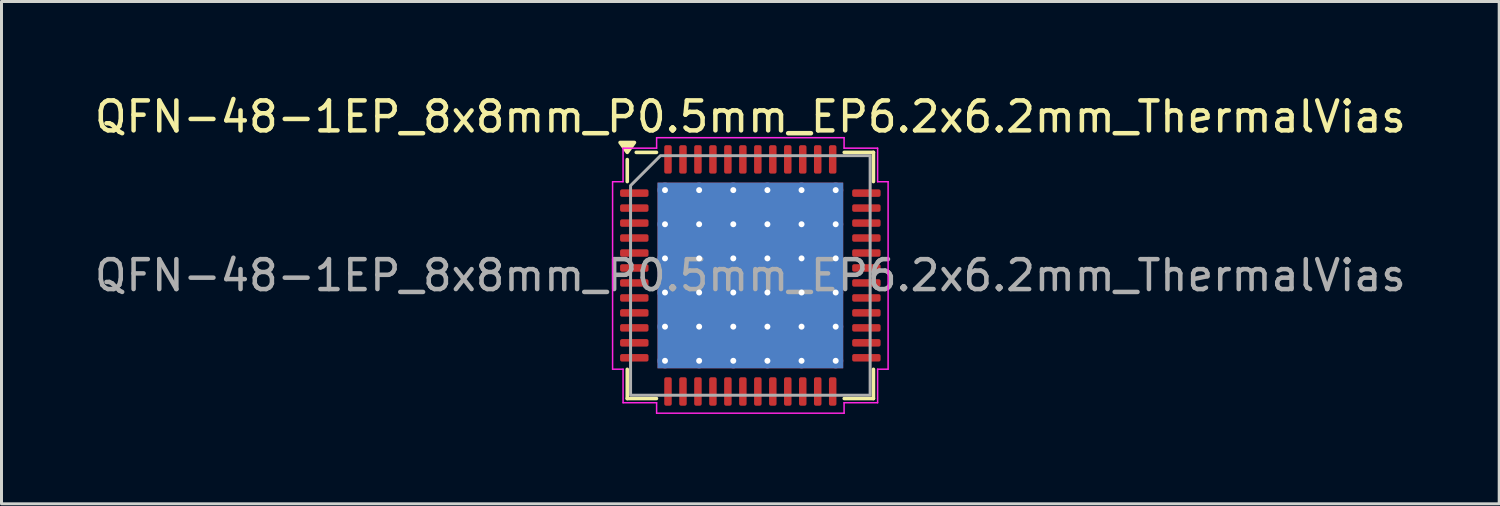
<source format=kicad_pcb>
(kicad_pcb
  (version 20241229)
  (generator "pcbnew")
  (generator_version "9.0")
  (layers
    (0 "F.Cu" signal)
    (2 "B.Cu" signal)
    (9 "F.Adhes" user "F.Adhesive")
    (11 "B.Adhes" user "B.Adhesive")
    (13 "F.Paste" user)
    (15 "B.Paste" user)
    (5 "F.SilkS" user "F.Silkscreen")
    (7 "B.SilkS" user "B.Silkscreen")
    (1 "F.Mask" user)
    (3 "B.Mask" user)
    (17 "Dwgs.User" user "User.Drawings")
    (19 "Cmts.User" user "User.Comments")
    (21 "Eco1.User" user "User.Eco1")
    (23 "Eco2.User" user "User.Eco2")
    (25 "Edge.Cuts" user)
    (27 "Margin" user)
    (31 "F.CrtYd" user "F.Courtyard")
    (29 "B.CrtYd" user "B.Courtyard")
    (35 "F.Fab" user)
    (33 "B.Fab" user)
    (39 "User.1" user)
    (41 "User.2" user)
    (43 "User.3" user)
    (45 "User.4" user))
  (footprint "QFN-48-1EP_8x8mm_P0.5mm_EP6.2x6.2mm_ThermalVias"
    (layer "F.Cu")
    (at 22.006 6.148)
    (property "Reference" "QFN-48-1EP_8x8mm_P0.5mm_EP6.2x6.2mm_ThermalVias" (at 0 -5.3 0) (layer "F.SilkS") (effects (font (size 1 1) (thickness 0.15))))
    (attr smd)
    (fp_line (start -4.11 -3.135) (end -4.11 -3.87) (stroke (width 0.12) (type solid)) (layer "F.SilkS"))
    (fp_line (start -4.11 4.11) (end -4.11 3.135) (stroke (width 0.12) (type solid)) (layer "F.SilkS"))
    (fp_line (start -3.135 -4.11) (end -3.81 -4.11) (stroke (width 0.12) (type solid)) (layer "F.SilkS"))
    (fp_line (start -3.135 4.11) (end -4.11 4.11) (stroke (width 0.12) (type solid)) (layer "F.SilkS"))
    (fp_line (start 3.135 -4.11) (end 4.11 -4.11) (stroke (width 0.12) (type solid)) (layer "F.SilkS"))
    (fp_line (start 3.135 4.11) (end 4.11 4.11) (stroke (width 0.12) (type solid)) (layer "F.SilkS"))
    (fp_line (start 4.11 -4.11) (end 4.11 -3.135) (stroke (width 0.12) (type solid)) (layer "F.SilkS"))
    (fp_line (start 4.11 4.11) (end 4.11 3.135) (stroke (width 0.12) (type solid)) (layer "F.SilkS"))
    (fp_poly (pts (xy -4.11 -4.11) (xy -4.35 -4.44) (xy -3.87 -4.44)) (stroke (width 0.12) (type solid)) (fill yes) (layer "F.SilkS"))
    (fp_line (start -4.6 -3.13) (end -4.25 -3.13) (stroke (width 0.05) (type solid)) (layer "F.CrtYd"))
    (fp_line (start -4.6 3.13) (end -4.6 -3.13) (stroke (width 0.05) (type solid)) (layer "F.CrtYd"))
    (fp_line (start -4.25 -4.25) (end -3.13 -4.25) (stroke (width 0.05) (type solid)) (layer "F.CrtYd"))
    (fp_line (start -4.25 -3.13) (end -4.25 -4.25) (stroke (width 0.05) (type solid)) (layer "F.CrtYd"))
    (fp_line (start -4.25 3.13) (end -4.6 3.13) (stroke (width 0.05) (type solid)) (layer "F.CrtYd"))
    (fp_line (start -4.25 4.25) (end -4.25 3.13) (stroke (width 0.05) (type solid)) (layer "F.CrtYd"))
    (fp_line (start -3.13 -4.6) (end 3.13 -4.6) (stroke (width 0.05) (type solid)) (layer "F.CrtYd"))
    (fp_line (start -3.13 -4.25) (end -3.13 -4.6) (stroke (width 0.05) (type solid)) (layer "F.CrtYd"))
    (fp_line (start -3.13 4.25) (end -4.25 4.25) (stroke (width 0.05) (type solid)) (layer "F.CrtYd"))
    (fp_line (start -3.13 4.6) (end -3.13 4.25) (stroke (width 0.05) (type solid)) (layer "F.CrtYd"))
    (fp_line (start 3.13 -4.6) (end 3.13 -4.25) (stroke (width 0.05) (type solid)) (layer "F.CrtYd"))
    (fp_line (start 3.13 -4.25) (end 4.25 -4.25) (stroke (width 0.05) (type solid)) (layer "F.CrtYd"))
    (fp_line (start 3.13 4.25) (end 3.13 4.6) (stroke (width 0.05) (type solid)) (layer "F.CrtYd"))
    (fp_line (start 3.13 4.6) (end -3.13 4.6) (stroke (width 0.05) (type solid)) (layer "F.CrtYd"))
    (fp_line (start 4.25 -4.25) (end 4.25 -3.13) (stroke (width 0.05) (type solid)) (layer "F.CrtYd"))
    (fp_line (start 4.25 -3.13) (end 4.6 -3.13) (stroke (width 0.05) (type solid)) (layer "F.CrtYd"))
    (fp_line (start 4.25 3.13) (end 4.25 4.25) (stroke (width 0.05) (type solid)) (layer "F.CrtYd"))
    (fp_line (start 4.25 4.25) (end 3.13 4.25) (stroke (width 0.05) (type solid)) (layer "F.CrtYd"))
    (fp_line (start 4.6 -3.13) (end 4.6 3.13) (stroke (width 0.05) (type solid)) (layer "F.CrtYd"))
    (fp_line (start 4.6 3.13) (end 4.25 3.13) (stroke (width 0.05) (type solid)) (layer "F.CrtYd"))
    (fp_poly (pts (xy -4 -3) (xy -4 4) (xy 4 4) (xy 4 -4) (xy -3 -4)) (stroke (width 0.1) (type solid)) (fill no) (layer "F.Fab"))
    (fp_text user "${REFERENCE}" (at 0 0 0) (layer "F.Fab") (effects (font (size 1 1) (thickness 0.15))))
    (pad "" smd roundrect (at -2.48 -2.48) (size 0.96 0.96) (layers "F.Paste") (roundrect_rratio 0.25))
    (pad "" smd roundrect (at -2.48 -1.24) (size 0.96 0.96) (layers "F.Paste") (roundrect_rratio 0.25))
    (pad "" smd roundrect (at -2.48 0) (size 0.96 0.96) (layers "F.Paste") (roundrect_rratio 0.25))
    (pad "" smd roundrect (at -2.48 1.24) (size 0.96 0.96) (layers "F.Paste") (roundrect_rratio 0.25))
    (pad "" smd roundrect (at -2.48 2.48) (size 0.96 0.96) (layers "F.Paste") (roundrect_rratio 0.25))
    (pad "" smd roundrect (at -1.24 -2.48) (size 0.96 0.96) (layers "F.Paste") (roundrect_rratio 0.25))
    (pad "" smd roundrect (at -1.24 -1.24) (size 0.96 0.96) (layers "F.Paste") (roundrect_rratio 0.25))
    (pad "" smd roundrect (at -1.24 0) (size 0.96 0.96) (layers "F.Paste") (roundrect_rratio 0.25))
    (pad "" smd roundrect (at -1.24 1.24) (size 0.96 0.96) (layers "F.Paste") (roundrect_rratio 0.25))
    (pad "" smd roundrect (at -1.24 2.48) (size 0.96 0.96) (layers "F.Paste") (roundrect_rratio 0.25))
    (pad "" smd roundrect (at 0 -2.48) (size 0.96 0.96) (layers "F.Paste") (roundrect_rratio 0.25))
    (pad "" smd roundrect (at 0 -1.24) (size 0.96 0.96) (layers "F.Paste") (roundrect_rratio 0.25))
    (pad "" smd roundrect (at 0 0) (size 0.96 0.96) (layers "F.Paste") (roundrect_rratio 0.25))
    (pad "" smd roundrect (at 0 1.24) (size 0.96 0.96) (layers "F.Paste") (roundrect_rratio 0.25))
    (pad "" smd roundrect (at 0 2.48) (size 0.96 0.96) (layers "F.Paste") (roundrect_rratio 0.25))
    (pad "" smd roundrect (at 1.24 -2.48) (size 0.96 0.96) (layers "F.Paste") (roundrect_rratio 0.25))
    (pad "" smd roundrect (at 1.24 -1.24) (size 0.96 0.96) (layers "F.Paste") (roundrect_rratio 0.25))
    (pad "" smd roundrect (at 1.24 0) (size 0.96 0.96) (layers "F.Paste") (roundrect_rratio 0.25))
    (pad "" smd roundrect (at 1.24 1.24) (size 0.96 0.96) (layers "F.Paste") (roundrect_rratio 0.25))
    (pad "" smd roundrect (at 1.24 2.48) (size 0.96 0.96) (layers "F.Paste") (roundrect_rratio 0.25))
    (pad "" smd roundrect (at 2.48 -2.48) (size 0.96 0.96) (layers "F.Paste") (roundrect_rratio 0.25))
    (pad "" smd roundrect (at 2.48 -1.24) (size 0.96 0.96) (layers "F.Paste") (roundrect_rratio 0.25))
    (pad "" smd roundrect (at 2.48 0) (size 0.96 0.96) (layers "F.Paste") (roundrect_rratio 0.25))
    (pad "" smd roundrect (at 2.48 1.24) (size 0.96 0.96) (layers "F.Paste") (roundrect_rratio 0.25))
    (pad "" smd roundrect (at 2.48 2.48) (size 0.96 0.96) (layers "F.Paste") (roundrect_rratio 0.25))
    (pad "1" smd roundrect (at -3.875 -2.75) (size 0.95 0.25) (layers "F.Cu" "F.Mask" "F.Paste") (roundrect_rratio 0.25))
    (pad "2" smd roundrect (at -3.875 -2.25) (size 0.95 0.25) (layers "F.Cu" "F.Mask" "F.Paste") (roundrect_rratio 0.25))
    (pad "3" smd roundrect (at -3.875 -1.75) (size 0.95 0.25) (layers "F.Cu" "F.Mask" "F.Paste") (roundrect_rratio 0.25))
    (pad "4" smd roundrect (at -3.875 -1.25) (size 0.95 0.25) (layers "F.Cu" "F.Mask" "F.Paste") (roundrect_rratio 0.25))
    (pad "5" smd roundrect (at -3.875 -0.75) (size 0.95 0.25) (layers "F.Cu" "F.Mask" "F.Paste") (roundrect_rratio 0.25))
    (pad "6" smd roundrect (at -3.875 -0.25) (size 0.95 0.25) (layers "F.Cu" "F.Mask" "F.Paste") (roundrect_rratio 0.25))
    (pad "7" smd roundrect (at -3.875 0.25) (size 0.95 0.25) (layers "F.Cu" "F.Mask" "F.Paste") (roundrect_rratio 0.25))
    (pad "8" smd roundrect (at -3.875 0.75) (size 0.95 0.25) (layers "F.Cu" "F.Mask" "F.Paste") (roundrect_rratio 0.25))
    (pad "9" smd roundrect (at -3.875 1.25) (size 0.95 0.25) (layers "F.Cu" "F.Mask" "F.Paste") (roundrect_rratio 0.25))
    (pad "10" smd roundrect (at -3.875 1.75) (size 0.95 0.25) (layers "F.Cu" "F.Mask" "F.Paste") (roundrect_rratio 0.25))
    (pad "11" smd roundrect (at -3.875 2.25) (size 0.95 0.25) (layers "F.Cu" "F.Mask" "F.Paste") (roundrect_rratio 0.25))
    (pad "12" smd roundrect (at -3.875 2.75) (size 0.95 0.25) (layers "F.Cu" "F.Mask" "F.Paste") (roundrect_rratio 0.25))
    (pad "13" smd roundrect (at -2.75 3.875) (size 0.25 0.95) (layers "F.Cu" "F.Mask" "F.Paste") (roundrect_rratio 0.25))
    (pad "14" smd roundrect (at -2.25 3.875) (size 0.25 0.95) (layers "F.Cu" "F.Mask" "F.Paste") (roundrect_rratio 0.25))
    (pad "15" smd roundrect (at -1.75 3.875) (size 0.25 0.95) (layers "F.Cu" "F.Mask" "F.Paste") (roundrect_rratio 0.25))
    (pad "16" smd roundrect (at -1.25 3.875) (size 0.25 0.95) (layers "F.Cu" "F.Mask" "F.Paste") (roundrect_rratio 0.25))
    (pad "17" smd roundrect (at -0.75 3.875) (size 0.25 0.95) (layers "F.Cu" "F.Mask" "F.Paste") (roundrect_rratio 0.25))
    (pad "18" smd roundrect (at -0.25 3.875) (size 0.25 0.95) (layers "F.Cu" "F.Mask" "F.Paste") (roundrect_rratio 0.25))
    (pad "19" smd roundrect (at 0.25 3.875) (size 0.25 0.95) (layers "F.Cu" "F.Mask" "F.Paste") (roundrect_rratio 0.25))
    (pad "20" smd roundrect (at 0.75 3.875) (size 0.25 0.95) (layers "F.Cu" "F.Mask" "F.Paste") (roundrect_rratio 0.25))
    (pad "21" smd roundrect (at 1.25 3.875) (size 0.25 0.95) (layers "F.Cu" "F.Mask" "F.Paste") (roundrect_rratio 0.25))
    (pad "22" smd roundrect (at 1.75 3.875) (size 0.25 0.95) (layers "F.Cu" "F.Mask" "F.Paste") (roundrect_rratio 0.25))
    (pad "23" smd roundrect (at 2.25 3.875) (size 0.25 0.95) (layers "F.Cu" "F.Mask" "F.Paste") (roundrect_rratio 0.25))
    (pad "24" smd roundrect (at 2.75 3.875) (size 0.25 0.95) (layers "F.Cu" "F.Mask" "F.Paste") (roundrect_rratio 0.25))
    (pad "25" smd roundrect (at 3.875 2.75) (size 0.95 0.25) (layers "F.Cu" "F.Mask" "F.Paste") (roundrect_rratio 0.25))
    (pad "26" smd roundrect (at 3.875 2.25) (size 0.95 0.25) (layers "F.Cu" "F.Mask" "F.Paste") (roundrect_rratio 0.25))
    (pad "27" smd roundrect (at 3.875 1.75) (size 0.95 0.25) (layers "F.Cu" "F.Mask" "F.Paste") (roundrect_rratio 0.25))
    (pad "28" smd roundrect (at 3.875 1.25) (size 0.95 0.25) (layers "F.Cu" "F.Mask" "F.Paste") (roundrect_rratio 0.25))
    (pad "29" smd roundrect (at 3.875 0.75) (size 0.95 0.25) (layers "F.Cu" "F.Mask" "F.Paste") (roundrect_rratio 0.25))
    (pad "30" smd roundrect (at 3.875 0.25) (size 0.95 0.25) (layers "F.Cu" "F.Mask" "F.Paste") (roundrect_rratio 0.25))
    (pad "31" smd roundrect (at 3.875 -0.25) (size 0.95 0.25) (layers "F.Cu" "F.Mask" "F.Paste") (roundrect_rratio 0.25))
    (pad "32" smd roundrect (at 3.875 -0.75) (size 0.95 0.25) (layers "F.Cu" "F.Mask" "F.Paste") (roundrect_rratio 0.25))
    (pad "33" smd roundrect (at 3.875 -1.25) (size 0.95 0.25) (layers "F.Cu" "F.Mask" "F.Paste") (roundrect_rratio 0.25))
    (pad "34" smd roundrect (at 3.875 -1.75) (size 0.95 0.25) (layers "F.Cu" "F.Mask" "F.Paste") (roundrect_rratio 0.25))
    (pad "35" smd roundrect (at 3.875 -2.25) (size 0.95 0.25) (layers "F.Cu" "F.Mask" "F.Paste") (roundrect_rratio 0.25))
    (pad "36" smd roundrect (at 3.875 -2.75) (size 0.95 0.25) (layers "F.Cu" "F.Mask" "F.Paste") (roundrect_rratio 0.25))
    (pad "37" smd roundrect (at 2.75 -3.875) (size 0.25 0.95) (layers "F.Cu" "F.Mask" "F.Paste") (roundrect_rratio 0.25))
    (pad "38" smd roundrect (at 2.25 -3.875) (size 0.25 0.95) (layers "F.Cu" "F.Mask" "F.Paste") (roundrect_rratio 0.25))
    (pad "39" smd roundrect (at 1.75 -3.875) (size 0.25 0.95) (layers "F.Cu" "F.Mask" "F.Paste") (roundrect_rratio 0.25))
    (pad "40" smd roundrect (at 1.25 -3.875) (size 0.25 0.95) (layers "F.Cu" "F.Mask" "F.Paste") (roundrect_rratio 0.25))
    (pad "41" smd roundrect (at 0.75 -3.875) (size 0.25 0.95) (layers "F.Cu" "F.Mask" "F.Paste") (roundrect_rratio 0.25))
    (pad "42" smd roundrect (at 0.25 -3.875) (size 0.25 0.95) (layers "F.Cu" "F.Mask" "F.Paste") (roundrect_rratio 0.25))
    (pad "43" smd roundrect (at -0.25 -3.875) (size 0.25 0.95) (layers "F.Cu" "F.Mask" "F.Paste") (roundrect_rratio 0.25))
    (pad "44" smd roundrect (at -0.75 -3.875) (size 0.25 0.95) (layers "F.Cu" "F.Mask" "F.Paste") (roundrect_rratio 0.25))
    (pad "45" smd roundrect (at -1.25 -3.875) (size 0.25 0.95) (layers "F.Cu" "F.Mask" "F.Paste") (roundrect_rratio 0.25))
    (pad "46" smd roundrect (at -1.75 -3.875) (size 0.25 0.95) (layers "F.Cu" "F.Mask" "F.Paste") (roundrect_rratio 0.25))
    (pad "47" smd roundrect (at -2.25 -3.875) (size 0.25 0.95) (layers "F.Cu" "F.Mask" "F.Paste") (roundrect_rratio 0.25))
    (pad "48" smd roundrect (at -2.75 -3.875) (size 0.25 0.95) (layers "F.Cu" "F.Mask" "F.Paste") (roundrect_rratio 0.25))
    (pad "49" thru_hole circle (at -2.85 -2.85) (size 0.5 0.5) (drill 0.2) (property pad_prop_heatsink) (layers "*.Cu"))
    (pad "49" thru_hole circle (at -2.85 -1.71) (size 0.5 0.5) (drill 0.2) (property pad_prop_heatsink) (layers "*.Cu"))
    (pad "49" thru_hole circle (at -2.85 -0.57) (size 0.5 0.5) (drill 0.2) (property pad_prop_heatsink) (layers "*.Cu"))
    (pad "49" thru_hole circle (at -2.85 0.57) (size 0.5 0.5) (drill 0.2) (property pad_prop_heatsink) (layers "*.Cu"))
    (pad "49" thru_hole circle (at -2.85 1.71) (size 0.5 0.5) (drill 0.2) (property pad_prop_heatsink) (layers "*.Cu"))
    (pad "49" thru_hole circle (at -2.85 2.85) (size 0.5 0.5) (drill 0.2) (property pad_prop_heatsink) (layers "*.Cu"))
    (pad "49" thru_hole circle (at -1.71 -2.85) (size 0.5 0.5) (drill 0.2) (property pad_prop_heatsink) (layers "*.Cu"))
    (pad "49" thru_hole circle (at -1.71 -1.71) (size 0.5 0.5) (drill 0.2) (property pad_prop_heatsink) (layers "*.Cu"))
    (pad "49" thru_hole circle (at -1.71 -0.57) (size 0.5 0.5) (drill 0.2) (property pad_prop_heatsink) (layers "*.Cu"))
    (pad "49" thru_hole circle (at -1.71 0.57) (size 0.5 0.5) (drill 0.2) (property pad_prop_heatsink) (layers "*.Cu"))
    (pad "49" thru_hole circle (at -1.71 1.71) (size 0.5 0.5) (drill 0.2) (property pad_prop_heatsink) (layers "*.Cu"))
    (pad "49" thru_hole circle (at -1.71 2.85) (size 0.5 0.5) (drill 0.2) (property pad_prop_heatsink) (layers "*.Cu"))
    (pad "49" thru_hole circle (at -0.57 -2.85) (size 0.5 0.5) (drill 0.2) (property pad_prop_heatsink) (layers "*.Cu"))
    (pad "49" thru_hole circle (at -0.57 -1.71) (size 0.5 0.5) (drill 0.2) (property pad_prop_heatsink) (layers "*.Cu"))
    (pad "49" thru_hole circle (at -0.57 -0.57) (size 0.5 0.5) (drill 0.2) (property pad_prop_heatsink) (layers "*.Cu"))
    (pad "49" thru_hole circle (at -0.57 0.57) (size 0.5 0.5) (drill 0.2) (property pad_prop_heatsink) (layers "*.Cu"))
    (pad "49" thru_hole circle (at -0.57 1.71) (size 0.5 0.5) (drill 0.2) (property pad_prop_heatsink) (layers "*.Cu"))
    (pad "49" thru_hole circle (at -0.57 2.85) (size 0.5 0.5) (drill 0.2) (property pad_prop_heatsink) (layers "*.Cu"))
    (pad "49" smd rect (at 0 0) (size 6.2 6.2) (property pad_prop_heatsink) (layers "F.Cu" "F.Mask"))
    (pad "49" smd rect (at 0 0) (size 6.2 6.2) (property pad_prop_heatsink) (layers "B.Cu"))
    (pad "49" thru_hole circle (at 0.57 -2.85) (size 0.5 0.5) (drill 0.2) (property pad_prop_heatsink) (layers "*.Cu"))
    (pad "49" thru_hole circle (at 0.57 -1.71) (size 0.5 0.5) (drill 0.2) (property pad_prop_heatsink) (layers "*.Cu"))
    (pad "49" thru_hole circle (at 0.57 -0.57) (size 0.5 0.5) (drill 0.2) (property pad_prop_heatsink) (layers "*.Cu"))
    (pad "49" thru_hole circle (at 0.57 0.57) (size 0.5 0.5) (drill 0.2) (property pad_prop_heatsink) (layers "*.Cu"))
    (pad "49" thru_hole circle (at 0.57 1.71) (size 0.5 0.5) (drill 0.2) (property pad_prop_heatsink) (layers "*.Cu"))
    (pad "49" thru_hole circle (at 0.57 2.85) (size 0.5 0.5) (drill 0.2) (property pad_prop_heatsink) (layers "*.Cu"))
    (pad "49" thru_hole circle (at 1.71 -2.85) (size 0.5 0.5) (drill 0.2) (property pad_prop_heatsink) (layers "*.Cu"))
    (pad "49" thru_hole circle (at 1.71 -1.71) (size 0.5 0.5) (drill 0.2) (property pad_prop_heatsink) (layers "*.Cu"))
    (pad "49" thru_hole circle (at 1.71 -0.57) (size 0.5 0.5) (drill 0.2) (property pad_prop_heatsink) (layers "*.Cu"))
    (pad "49" thru_hole circle (at 1.71 0.57) (size 0.5 0.5) (drill 0.2) (property pad_prop_heatsink) (layers "*.Cu"))
    (pad "49" thru_hole circle (at 1.71 1.71) (size 0.5 0.5) (drill 0.2) (property pad_prop_heatsink) (layers "*.Cu"))
    (pad "49" thru_hole circle (at 1.71 2.85) (size 0.5 0.5) (drill 0.2) (property pad_prop_heatsink) (layers "*.Cu"))
    (pad "49" thru_hole circle (at 2.85 -2.85) (size 0.5 0.5) (drill 0.2) (property pad_prop_heatsink) (layers "*.Cu"))
    (pad "49" thru_hole circle (at 2.85 -1.71) (size 0.5 0.5) (drill 0.2) (property pad_prop_heatsink) (layers "*.Cu"))
    (pad "49" thru_hole circle (at 2.85 -0.57) (size 0.5 0.5) (drill 0.2) (property pad_prop_heatsink) (layers "*.Cu"))
    (pad "49" thru_hole circle (at 2.85 0.57) (size 0.5 0.5) (drill 0.2) (property pad_prop_heatsink) (layers "*.Cu"))
    (pad "49" thru_hole circle (at 2.85 1.71) (size 0.5 0.5) (drill 0.2) (property pad_prop_heatsink) (layers "*.Cu"))
    (pad "49" thru_hole circle (at 2.85 2.85) (size 0.5 0.5) (drill 0.2) (property pad_prop_heatsink) (layers "*.Cu")))
  (gr_rect
    (start -3 -3)
    (end 47.012 13.773)
    (stroke (width 0.1) (type default))
    (fill no)
    (layer "Edge.Cuts")))
</source>
